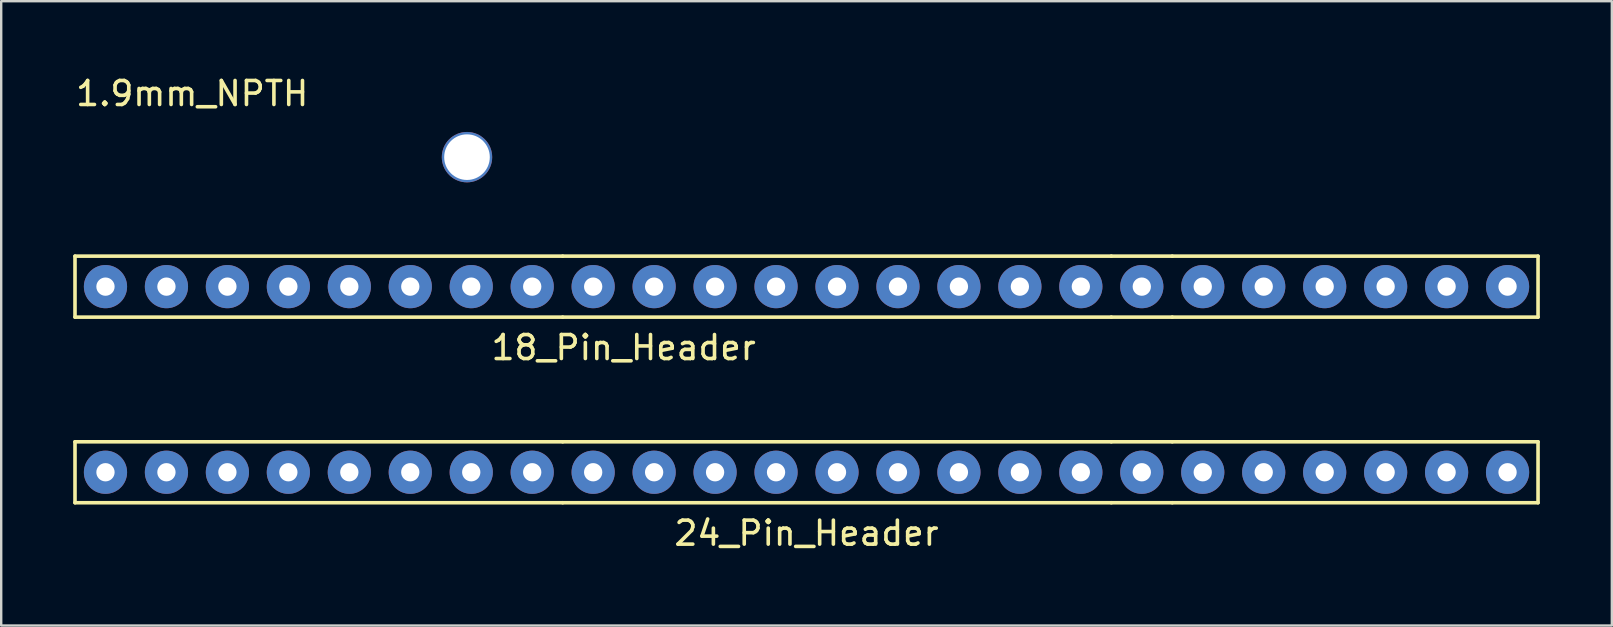
<source format=kicad_pcb>
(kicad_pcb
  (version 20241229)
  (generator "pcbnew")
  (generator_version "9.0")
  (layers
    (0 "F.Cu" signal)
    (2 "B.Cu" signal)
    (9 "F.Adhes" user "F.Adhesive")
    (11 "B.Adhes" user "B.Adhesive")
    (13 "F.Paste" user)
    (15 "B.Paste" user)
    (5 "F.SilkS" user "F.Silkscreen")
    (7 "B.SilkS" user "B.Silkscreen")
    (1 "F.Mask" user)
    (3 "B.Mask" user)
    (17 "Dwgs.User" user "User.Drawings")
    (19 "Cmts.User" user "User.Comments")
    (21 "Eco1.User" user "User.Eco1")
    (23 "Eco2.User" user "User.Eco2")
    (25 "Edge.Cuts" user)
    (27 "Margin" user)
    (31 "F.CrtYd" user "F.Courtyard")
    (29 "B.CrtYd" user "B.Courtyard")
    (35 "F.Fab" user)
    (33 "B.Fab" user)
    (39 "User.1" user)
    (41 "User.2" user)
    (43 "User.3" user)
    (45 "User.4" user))
  (footprint "24_Pin_Header"
    (layer "F.Cu")
    (at 30.555 16.627)
    (property "Reference" "24_Pin_Header" (at 0 2.54 0) (layer "F.SilkS") (effects (font (size 1 1) (thickness 0.15))))
    (attr through_hole)
    (fp_line (start -30.48 -1.27) (end -10.16 -1.27) (stroke (width 0.15) (type solid)) (layer "F.SilkS"))
    (fp_line (start -30.48 1.27) (end -30.48 -1.27) (stroke (width 0.15) (type solid)) (layer "F.SilkS"))
    (fp_line (start -10.16 -1.27) (end 12.7 -1.27) (stroke (width 0.15) (type solid)) (layer "F.SilkS"))
    (fp_line (start -10.16 1.27) (end -30.48 1.27) (stroke (width 0.15) (type solid)) (layer "F.SilkS"))
    (fp_line (start 12.7 1.27) (end -10.16 1.27) (stroke (width 0.15) (type solid)) (layer "F.SilkS"))
    (fp_line (start 12.7 1.27) (end 15.24 1.27) (stroke (width 0.15) (type solid)) (layer "F.SilkS"))
    (fp_line (start 15.24 -1.27) (end 12.7 -1.27) (stroke (width 0.15) (type solid)) (layer "F.SilkS"))
    (fp_line (start 15.24 -1.27) (end 30.48 -1.27) (stroke (width 0.15) (type solid)) (layer "F.SilkS"))
    (fp_line (start 30.48 -1.27) (end 30.48 1.27) (stroke (width 0.15) (type solid)) (layer "F.SilkS"))
    (fp_line (start 30.48 1.27) (end 15.24 1.27) (stroke (width 0.15) (type solid)) (layer "F.SilkS"))
    (pad "1" thru_hole circle (at -29.21 0) (size 1.8 1.8) (drill 0.762) (layers "*.Cu" "*.Mask"))
    (pad "2" thru_hole circle (at -26.67 0) (size 1.8 1.8) (drill 0.762) (layers "*.Cu" "*.Mask"))
    (pad "3" thru_hole circle (at -24.13 0) (size 1.8 1.8) (drill 0.762) (layers "*.Cu" "*.Mask"))
    (pad "4" thru_hole circle (at -21.59 0) (size 1.8 1.8) (drill 0.762) (layers "*.Cu" "*.Mask"))
    (pad "5" thru_hole circle (at -19.05 0) (size 1.8 1.8) (drill 0.762) (layers "*.Cu" "*.Mask"))
    (pad "6" thru_hole circle (at -16.51 0) (size 1.8 1.8) (drill 0.762) (layers "*.Cu" "*.Mask"))
    (pad "7" thru_hole circle (at -13.97 0) (size 1.8 1.8) (drill 0.762) (layers "*.Cu" "*.Mask"))
    (pad "8" thru_hole circle (at -11.43 0) (size 1.8 1.8) (drill 0.762) (layers "*.Cu" "*.Mask"))
    (pad "9" thru_hole circle (at -8.89 0) (size 1.8 1.8) (drill 0.762) (layers "*.Cu" "*.Mask"))
    (pad "10" thru_hole circle (at -6.35 0) (size 1.8 1.8) (drill 0.762) (layers "*.Cu" "*.Mask"))
    (pad "11" thru_hole circle (at -3.81 0) (size 1.8 1.8) (drill 0.762) (layers "*.Cu" "*.Mask"))
    (pad "12" thru_hole circle (at -1.27 0) (size 1.8 1.8) (drill 0.762) (layers "*.Cu" "*.Mask"))
    (pad "13" thru_hole circle (at 1.27 0) (size 1.8 1.8) (drill 0.762) (layers "*.Cu" "*.Mask"))
    (pad "14" thru_hole circle (at 3.81 0) (size 1.8 1.8) (drill 0.762) (layers "*.Cu" "*.Mask"))
    (pad "15" thru_hole circle (at 6.35 0) (size 1.8 1.8) (drill 0.762) (layers "*.Cu" "*.Mask"))
    (pad "16" thru_hole circle (at 8.89 0) (size 1.8 1.8) (drill 0.762) (layers "*.Cu" "*.Mask"))
    (pad "17" thru_hole circle (at 11.43 0) (size 1.8 1.8) (drill 0.762) (layers "*.Cu" "*.Mask"))
    (pad "18" thru_hole circle (at 13.97 0) (size 1.8 1.8) (drill 0.762) (layers "*.Cu" "*.Mask"))
    (pad "19" thru_hole circle (at 16.51 0) (size 1.8 1.8) (drill 0.762) (layers "*.Cu" "*.Mask"))
    (pad "20" thru_hole circle (at 19.05 0) (size 1.8 1.8) (drill 0.762) (layers "*.Cu" "*.Mask"))
    (pad "21" thru_hole circle (at 21.59 0) (size 1.8 1.8) (drill 0.762) (layers "*.Cu" "*.Mask"))
    (pad "22" thru_hole circle (at 24.13 0) (size 1.8 1.8) (drill 0.762) (layers "*.Cu" "*.Mask"))
    (pad "23" thru_hole circle (at 26.67 0) (size 1.8 1.8) (drill 0.762) (layers "*.Cu" "*.Mask"))
    (pad "24" thru_hole circle (at 29.21 0) (size 1.8 1.8) (drill 0.762) (layers "*.Cu" "*.Mask")))
  (footprint "1.9mm_NPTH"
    (layer "F.Cu")
    (at 16.408 3.498)
    (property "Reference" "1.9mm_NPTH" (at -11.45 -2.65 0) (layer "F.SilkS") (effects (font (size 1 1) (thickness 0.15))))
    (attr exclude_from_pos_files exclude_from_bom)
    (pad "" thru_hole circle (at 0 0) (size 2.1 2.1) (drill 1.9) (layers "*.Cu" "*.Mask")))
  (footprint "18_Pin_Header"
    (layer "F.Cu")
    (at 22.935 8.893)
    (property "Reference" "18_Pin_Header" (at 0 2.54 0) (layer "F.SilkS") (effects (font (size 1 1) (thickness 0.15))))
    (attr through_hole)
    (fp_line (start -22.86 -1.27) (end -2.54 -1.27) (stroke (width 0.15) (type solid)) (layer "F.SilkS"))
    (fp_line (start -22.86 1.27) (end -22.86 -1.27) (stroke (width 0.15) (type solid)) (layer "F.SilkS"))
    (fp_line (start -2.54 -1.27) (end 20.32 -1.27) (stroke (width 0.15) (type solid)) (layer "F.SilkS"))
    (fp_line (start -2.54 1.27) (end -22.86 1.27) (stroke (width 0.15) (type solid)) (layer "F.SilkS"))
    (fp_line (start 20.32 1.27) (end -2.54 1.27) (stroke (width 0.15) (type solid)) (layer "F.SilkS"))
    (fp_line (start 20.32 1.27) (end 22.86 1.27) (stroke (width 0.15) (type solid)) (layer "F.SilkS"))
    (fp_line (start 22.86 -1.27) (end 20.32 -1.27) (stroke (width 0.15) (type solid)) (layer "F.SilkS"))
    (fp_line (start 22.86 -1.27) (end 38.1 -1.27) (stroke (width 0.15) (type solid)) (layer "F.SilkS"))
    (fp_line (start 38.1 -1.27) (end 38.1 1.27) (stroke (width 0.15) (type solid)) (layer "F.SilkS"))
    (fp_line (start 38.1 1.27) (end 22.86 1.27) (stroke (width 0.15) (type solid)) (layer "F.SilkS"))
    (pad "1" thru_hole circle (at -21.59 0) (size 1.8 1.8) (drill 0.762) (layers "*.Cu" "*.Mask"))
    (pad "2" thru_hole circle (at -19.05 0) (size 1.8 1.8) (drill 0.762) (layers "*.Cu" "*.Mask"))
    (pad "3" thru_hole circle (at -16.51 0) (size 1.8 1.8) (drill 0.762) (layers "*.Cu" "*.Mask"))
    (pad "4" thru_hole circle (at -13.97 0) (size 1.8 1.8) (drill 0.762) (layers "*.Cu" "*.Mask"))
    (pad "5" thru_hole circle (at -11.43 0) (size 1.8 1.8) (drill 0.762) (layers "*.Cu" "*.Mask"))
    (pad "6" thru_hole circle (at -8.89 0) (size 1.8 1.8) (drill 0.762) (layers "*.Cu" "*.Mask"))
    (pad "7" thru_hole circle (at -6.35 0) (size 1.8 1.8) (drill 0.762) (layers "*.Cu" "*.Mask"))
    (pad "8" thru_hole circle (at -3.81 0) (size 1.8 1.8) (drill 0.762) (layers "*.Cu" "*.Mask"))
    (pad "9" thru_hole circle (at -1.27 0) (size 1.8 1.8) (drill 0.762) (layers "*.Cu" "*.Mask"))
    (pad "10" thru_hole circle (at 1.27 0) (size 1.8 1.8) (drill 0.762) (layers "*.Cu" "*.Mask"))
    (pad "11" thru_hole circle (at 3.81 0) (size 1.8 1.8) (drill 0.762) (layers "*.Cu" "*.Mask"))
    (pad "12" thru_hole circle (at 6.35 0) (size 1.8 1.8) (drill 0.762) (layers "*.Cu" "*.Mask"))
    (pad "13" thru_hole circle (at 8.89 0) (size 1.8 1.8) (drill 0.762) (layers "*.Cu" "*.Mask"))
    (pad "14" thru_hole circle (at 11.43 0) (size 1.8 1.8) (drill 0.762) (layers "*.Cu" "*.Mask"))
    (pad "15" thru_hole circle (at 13.97 0) (size 1.8 1.8) (drill 0.762) (layers "*.Cu" "*.Mask"))
    (pad "16" thru_hole circle (at 16.51 0) (size 1.8 1.8) (drill 0.762) (layers "*.Cu" "*.Mask"))
    (pad "17" thru_hole circle (at 19.05 0) (size 1.8 1.8) (drill 0.762) (layers "*.Cu" "*.Mask"))
    (pad "18" thru_hole circle (at 21.59 0) (size 1.8 1.8) (drill 0.762) (layers "*.Cu" "*.Mask"))
    (pad "19" thru_hole circle (at 24.13 0) (size 1.8 1.8) (drill 0.762) (layers "*.Cu" "*.Mask"))
    (pad "20" thru_hole circle (at 26.67 0) (size 1.8 1.8) (drill 0.762) (layers "*.Cu" "*.Mask"))
    (pad "21" thru_hole circle (at 29.21 0) (size 1.8 1.8) (drill 0.762) (layers "*.Cu" "*.Mask"))
    (pad "22" thru_hole circle (at 31.75 0) (size 1.8 1.8) (drill 0.762) (layers "*.Cu" "*.Mask"))
    (pad "23" thru_hole circle (at 34.29 0) (size 1.8 1.8) (drill 0.762) (layers "*.Cu" "*.Mask"))
    (pad "24" thru_hole circle (at 36.83 0) (size 1.8 1.8) (drill 0.762) (layers "*.Cu" "*.Mask")))
  (gr_rect
    (start -3 -3)
    (end 64.11 23.015)
    (stroke (width 0.1) (type default))
    (fill no)
    (layer "Edge.Cuts")))
</source>
